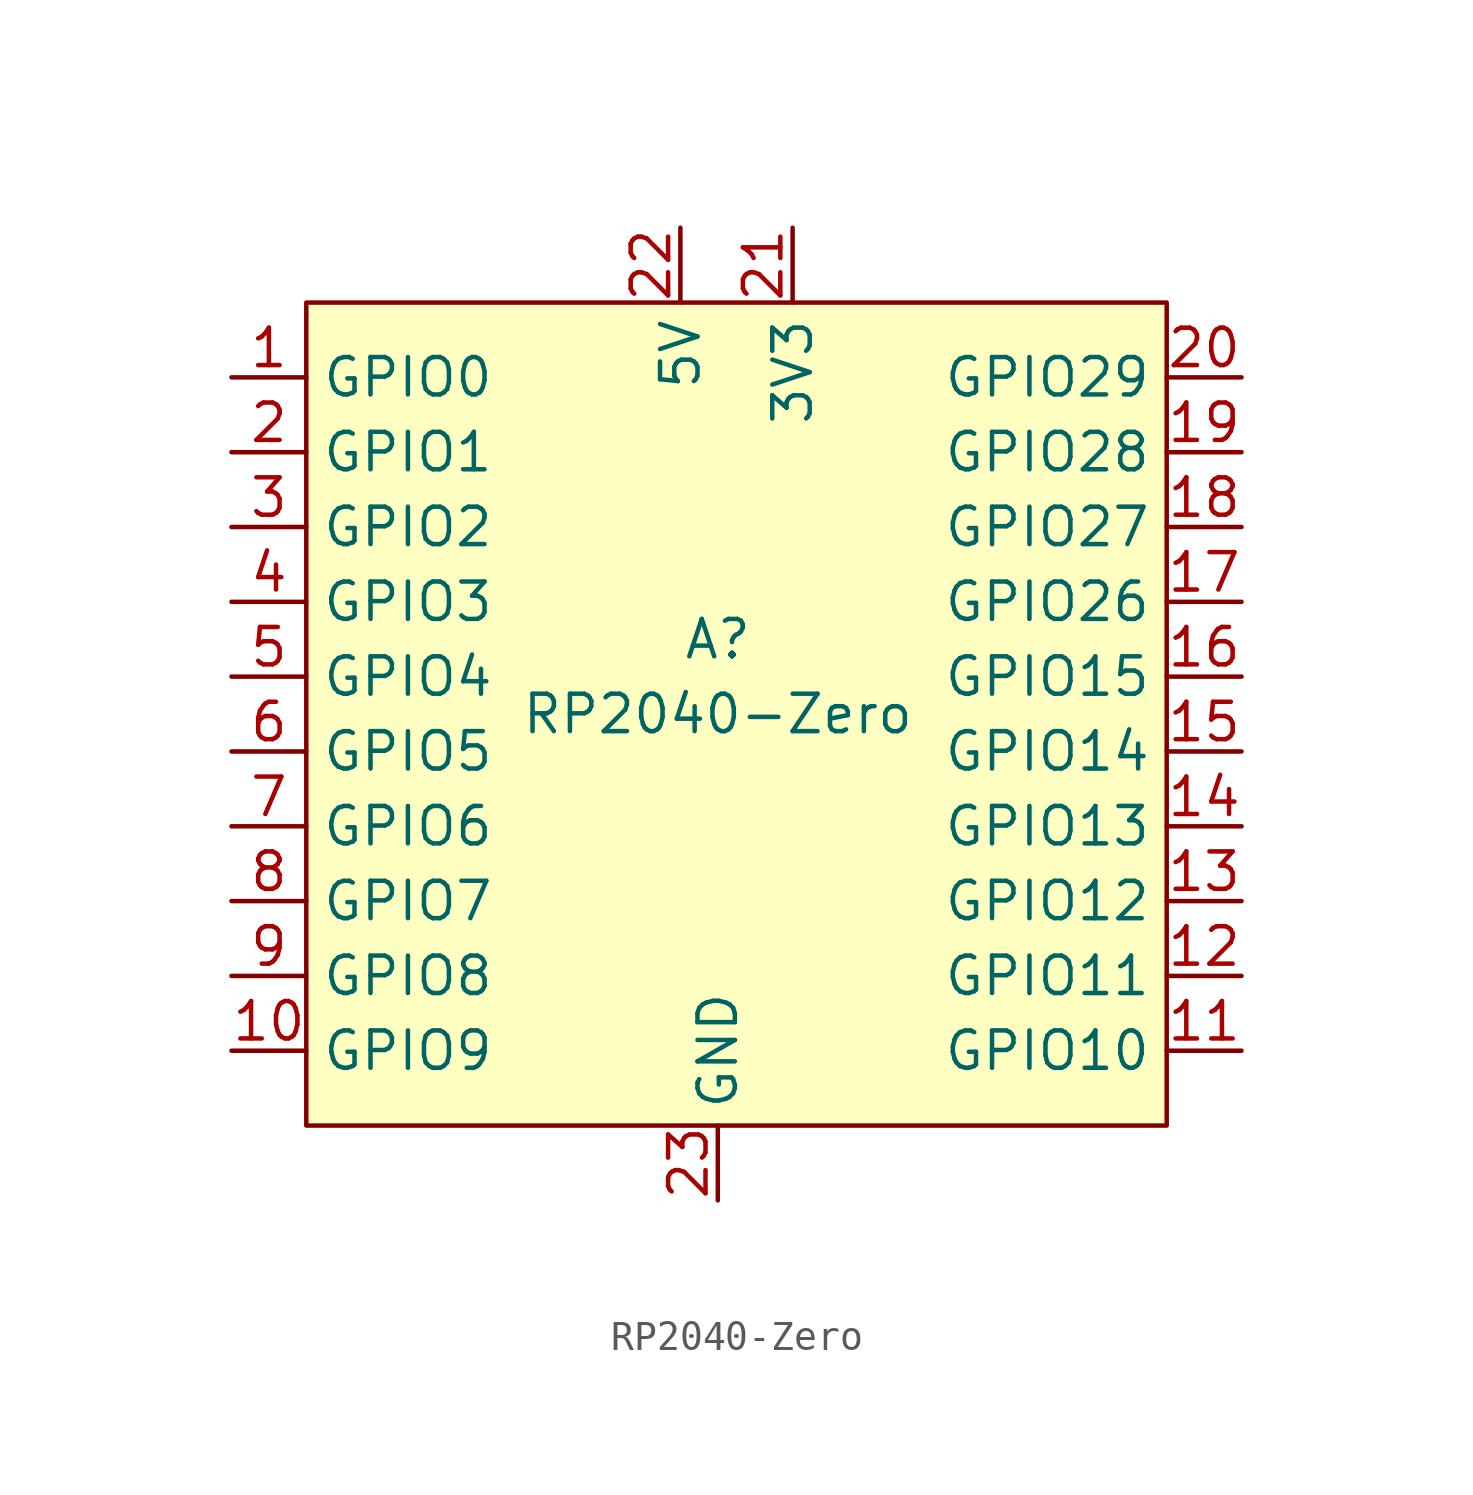
<source format=kicad_sym>
(kicad_symbol_lib
  (version 20211014)
  (generator kicad_symbol_editor)
  (symbol "RP2040-Zero"
    (property "Reference" "A"
      (at 0 1.27 0)
      (effects (font (size 1.27 1.27))))
    (property "Value" "RP2040-Zero"
      (at 0 -1.27 0)
      (effects (font (size 1.27 1.27))))
    (symbol "RP2040-Zero_0_1"
      (rectangle (start -13.97 12.7) (end 15.24 -15.24) (stroke (width 0) (type default) (color 0 0 0 0)) (fill (type background))))
    (symbol "RP2040-Zero_1_1"
      (pin bidirectional line (at -16.51 10.16 0) (length 2.54) (name "GPIO0" (effects (font (size 1.27 1.27)))) (number "1" (effects (font (size 1.27 1.27)))))
      (pin bidirectional line (at -16.51 -12.7 0) (length 2.54) (name "GPIO9" (effects (font (size 1.27 1.27)))) (number "10" (effects (font (size 1.27 1.27)))))
      (pin bidirectional line (at 17.78 -12.7 180) (length 2.54) (name "GPIO10" (effects (font (size 1.27 1.27)))) (number "11" (effects (font (size 1.27 1.27)))))
      (pin bidirectional line (at 17.78 -10.16 180) (length 2.54) (name "GPIO11" (effects (font (size 1.27 1.27)))) (number "12" (effects (font (size 1.27 1.27)))))
      (pin bidirectional line (at 17.78 -7.62 180) (length 2.54) (name "GPIO12" (effects (font (size 1.27 1.27)))) (number "13" (effects (font (size 1.27 1.27)))))
      (pin bidirectional line (at 17.78 -5.08 180) (length 2.54) (name "GPIO13" (effects (font (size 1.27 1.27)))) (number "14" (effects (font (size 1.27 1.27)))))
      (pin bidirectional line (at 17.78 -2.54 180) (length 2.54) (name "GPIO14" (effects (font (size 1.27 1.27)))) (number "15" (effects (font (size 1.27 1.27)))))
      (pin bidirectional line (at 17.78 0 180) (length 2.54) (name "GPIO15" (effects (font (size 1.27 1.27)))) (number "16" (effects (font (size 1.27 1.27)))))
      (pin bidirectional line (at 17.78 2.54 180) (length 2.54) (name "GPIO26" (effects (font (size 1.27 1.27)))) (number "17" (effects (font (size 1.27 1.27)))))
      (pin bidirectional line (at 17.78 5.08 180) (length 2.54) (name "GPIO27" (effects (font (size 1.27 1.27)))) (number "18" (effects (font (size 1.27 1.27)))))
      (pin bidirectional line (at 17.78 7.62 180) (length 2.54) (name "GPIO28" (effects (font (size 1.27 1.27)))) (number "19" (effects (font (size 1.27 1.27)))))
      (pin bidirectional line (at -16.51 7.62 0) (length 2.54) (name "GPIO1" (effects (font (size 1.27 1.27)))) (number "2" (effects (font (size 1.27 1.27)))))
      (pin bidirectional line (at 17.78 10.16 180) (length 2.54) (name "GPIO29" (effects (font (size 1.27 1.27)))) (number "20" (effects (font (size 1.27 1.27)))))
      (pin power_out line (at 2.54 15.24 270) (length 2.54) (name "3V3" (effects (font (size 1.27 1.27)))) (number "21" (effects (font (size 1.27 1.27)))))
      (pin power_in line (at -1.27 15.24 270) (length 2.54) (name "5V" (effects (font (size 1.27 1.27)))) (number "22" (effects (font (size 1.27 1.27)))))
      (pin power_in line (at 0 -17.78 90) (length 2.54) (name "GND" (effects (font (size 1.27 1.27)))) (number "23" (effects (font (size 1.27 1.27)))))
      (pin bidirectional line (at -16.51 5.08 0) (length 2.54) (name "GPIO2" (effects (font (size 1.27 1.27)))) (number "3" (effects (font (size 1.27 1.27)))))
      (pin bidirectional line (at -16.51 2.54 0) (length 2.54) (name "GPIO3" (effects (font (size 1.27 1.27)))) (number "4" (effects (font (size 1.27 1.27)))))
      (pin bidirectional line (at -16.51 0 0) (length 2.54) (name "GPIO4" (effects (font (size 1.27 1.27)))) (number "5" (effects (font (size 1.27 1.27)))))
      (pin bidirectional line (at -16.51 -2.54 0) (length 2.54) (name "GPIO5" (effects (font (size 1.27 1.27)))) (number "6" (effects (font (size 1.27 1.27)))))
      (pin bidirectional line (at -16.51 -5.08 0) (length 2.54) (name "GPIO6" (effects (font (size 1.27 1.27)))) (number "7" (effects (font (size 1.27 1.27)))))
      (pin bidirectional line (at -16.51 -7.62 0) (length 2.54) (name "GPIO7" (effects (font (size 1.27 1.27)))) (number "8" (effects (font (size 1.27 1.27)))))
      (pin bidirectional line (at -16.51 -10.16 0) (length 2.54) (name "GPIO8" (effects (font (size 1.27 1.27)))) (number "9" (effects (font (size 1.27 1.27))))))))
</source>
